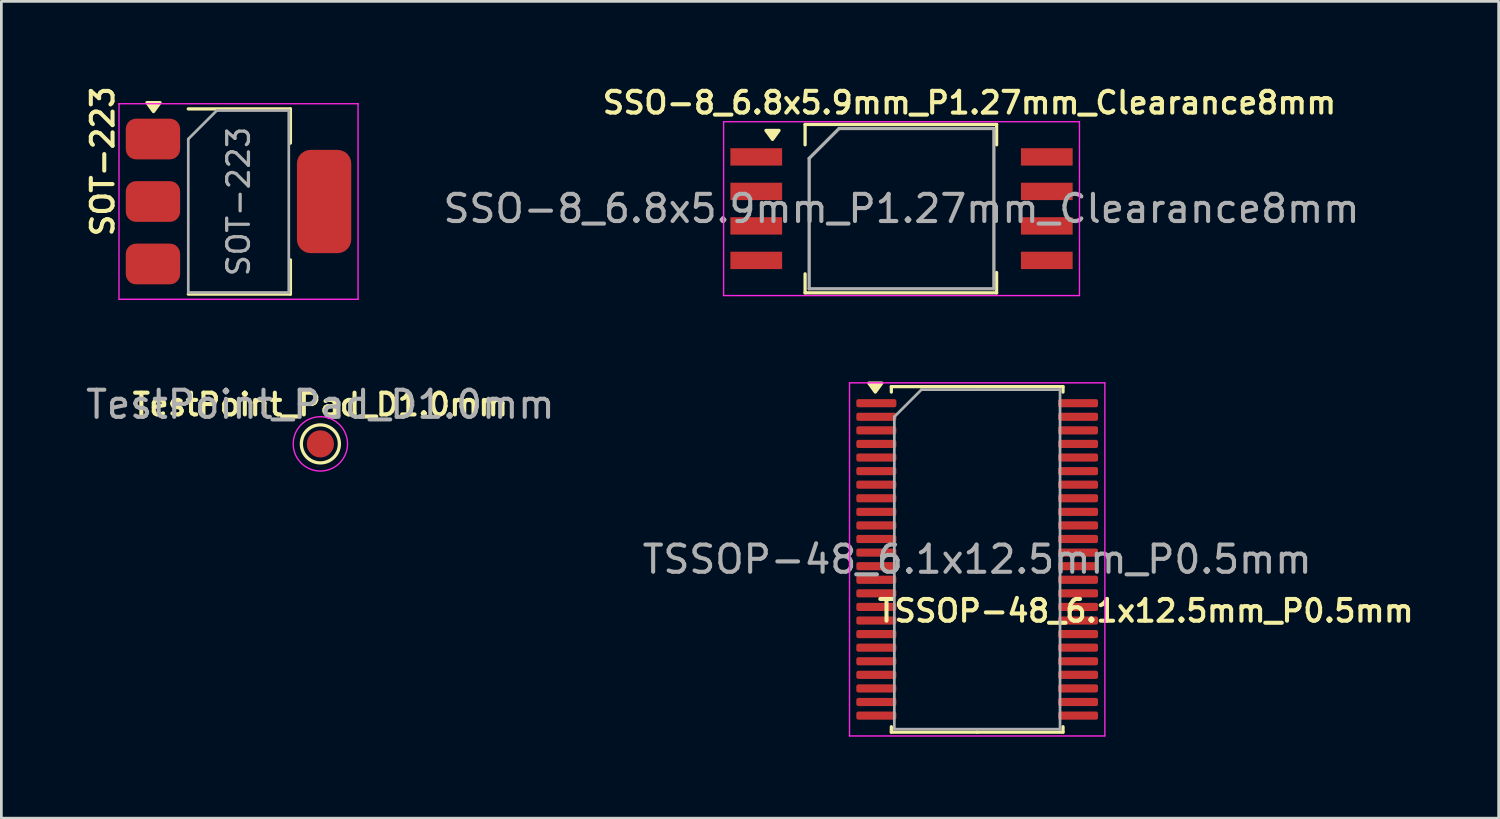
<source format=kicad_pcb>
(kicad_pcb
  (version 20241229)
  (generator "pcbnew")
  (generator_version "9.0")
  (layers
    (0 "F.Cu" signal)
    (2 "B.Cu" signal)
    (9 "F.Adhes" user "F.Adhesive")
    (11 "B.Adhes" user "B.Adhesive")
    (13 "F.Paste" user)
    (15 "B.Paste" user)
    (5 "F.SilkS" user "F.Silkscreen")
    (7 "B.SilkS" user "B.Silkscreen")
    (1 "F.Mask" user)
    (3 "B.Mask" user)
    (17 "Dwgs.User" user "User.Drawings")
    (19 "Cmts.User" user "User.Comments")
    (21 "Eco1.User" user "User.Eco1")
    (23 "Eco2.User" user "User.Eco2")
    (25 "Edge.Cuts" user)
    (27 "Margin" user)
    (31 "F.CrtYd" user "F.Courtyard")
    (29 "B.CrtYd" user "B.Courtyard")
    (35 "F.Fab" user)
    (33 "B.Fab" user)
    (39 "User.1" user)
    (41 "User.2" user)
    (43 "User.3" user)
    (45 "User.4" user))
  (footprint "TestPoint_Pad_D1.0mm"
    (layer "F.Cu")
    (at 8.744 13.291)
    (property "Reference" "TestPoint_Pad_D1.0mm" (at 0 -1.448 0) (layer "F.SilkS") (effects (font (size 0.8 0.8) (thickness 0.15))))
    (attr exclude_from_pos_files)
    (fp_circle (center 0 0) (end 0 0.7) (stroke (width 0.12) (type solid)) (fill no) (layer "F.SilkS"))
    (fp_circle (center 0 0) (end 1 0) (stroke (width 0.05) (type solid)) (fill no) (layer "F.CrtYd"))
    (fp_text user "${REFERENCE}" (at 0 -1.45 0) (layer "F.Fab") (effects (font (size 1 1) (thickness 0.15))))
    (pad "1" smd circle (at 0 0) (size 1 1) (layers "F.Cu" "F.Mask")))
  (footprint "SOT-223"
    (layer "F.Cu")
    (at 5.731 4.368)
    (property "Reference" "SOT-223" (at -5 -1.48 90) (layer "F.SilkS") (effects (font (size 0.8 0.8) (thickness 0.15))))
    (attr smd)
    (fp_line (start -1.85 -3.41) (end 1.91 -3.41) (stroke (width 0.12) (type solid)) (layer "F.SilkS"))
    (fp_line (start -1.85 3.41) (end 1.91 3.41) (stroke (width 0.12) (type solid)) (layer "F.SilkS"))
    (fp_line (start 1.91 -3.41) (end 1.91 -2.15) (stroke (width 0.12) (type solid)) (layer "F.SilkS"))
    (fp_line (start 1.91 3.41) (end 1.91 2.15) (stroke (width 0.12) (type solid)) (layer "F.SilkS"))
    (fp_poly (pts (xy -3.13 -3.31) (xy -3.37 -3.64) (xy -2.89 -3.64) (xy -3.13 -3.31)) (stroke (width 0.12) (type solid)) (fill yes) (layer "F.SilkS"))
    (fp_line (start -4.4 -3.6) (end -4.4 3.6) (stroke (width 0.05) (type solid)) (layer "F.CrtYd"))
    (fp_line (start -4.4 3.6) (end 4.4 3.6) (stroke (width 0.05) (type solid)) (layer "F.CrtYd"))
    (fp_line (start 4.4 -3.6) (end -4.4 -3.6) (stroke (width 0.05) (type solid)) (layer "F.CrtYd"))
    (fp_line (start 4.4 3.6) (end 4.4 -3.6) (stroke (width 0.05) (type solid)) (layer "F.CrtYd"))
    (fp_line (start -1.85 -2.3) (end -1.85 3.35) (stroke (width 0.1) (type solid)) (layer "F.Fab"))
    (fp_line (start -1.85 -2.3) (end -0.8 -3.35) (stroke (width 0.1) (type solid)) (layer "F.Fab"))
    (fp_line (start -1.85 3.35) (end 1.85 3.35) (stroke (width 0.1) (type solid)) (layer "F.Fab"))
    (fp_line (start -0.8 -3.35) (end 1.85 -3.35) (stroke (width 0.1) (type solid)) (layer "F.Fab"))
    (fp_line (start 1.85 -3.35) (end 1.85 3.35) (stroke (width 0.1) (type solid)) (layer "F.Fab"))
    (fp_text user "${REFERENCE}" (at 0 0 90) (layer "F.Fab") (effects (font (size 0.8 0.8) (thickness 0.12))))
    (pad "1" smd roundrect (at -3.15 -2.3) (size 2 1.5) (layers "F.Cu" "F.Mask" "F.Paste") (roundrect_rratio 0.25))
    (pad "2" smd roundrect (at -3.15 0) (size 2 1.5) (layers "F.Cu" "F.Mask" "F.Paste") (roundrect_rratio 0.25))
    (pad "3" smd roundrect (at -3.15 2.3) (size 2 1.5) (layers "F.Cu" "F.Mask" "F.Paste") (roundrect_rratio 0.25))
    (pad "4" smd roundrect (at 3.15 0) (size 2 3.8) (layers "F.Cu" "F.Mask" "F.Paste") (roundrect_rratio 0.25)))
  (footprint "TSSOP-48_6.1x12.5mm_P0.5mm"
    (layer "F.Cu")
    (at 32.923 17.543)
    (property "Reference" "TSSOP-48_6.1x12.5mm_P0.5mm" (at 6.205 1.894 0) (layer "F.SilkS") (effects (font (size 0.8 0.8) (thickness 0.15))))
    (attr smd)
    (fp_line (start -3.16 -6.36) (end -3.16 -6.16) (stroke (width 0.12) (type solid)) (layer "F.SilkS"))
    (fp_line (start -3.16 6.36) (end -3.16 6.16) (stroke (width 0.12) (type solid)) (layer "F.SilkS"))
    (fp_line (start 0 -6.36) (end -3.16 -6.36) (stroke (width 0.12) (type solid)) (layer "F.SilkS"))
    (fp_line (start 0 -6.36) (end 3.16 -6.36) (stroke (width 0.12) (type solid)) (layer "F.SilkS"))
    (fp_line (start 0 6.36) (end -3.16 6.36) (stroke (width 0.12) (type solid)) (layer "F.SilkS"))
    (fp_line (start 0 6.36) (end 3.16 6.36) (stroke (width 0.12) (type solid)) (layer "F.SilkS"))
    (fp_line (start 3.16 -6.36) (end 3.16 -6.16) (stroke (width 0.12) (type solid)) (layer "F.SilkS"))
    (fp_line (start 3.16 6.36) (end 3.16 6.16) (stroke (width 0.12) (type solid)) (layer "F.SilkS"))
    (fp_poly (pts (xy -3.75 -6.16) (xy -3.99 -6.49) (xy -3.51 -6.49) (xy -3.75 -6.16)) (stroke (width 0.12) (type solid)) (fill yes) (layer "F.SilkS"))
    (fp_line (start -4.7 -6.5) (end -4.7 6.5) (stroke (width 0.05) (type solid)) (layer "F.CrtYd"))
    (fp_line (start -4.7 6.5) (end 4.7 6.5) (stroke (width 0.05) (type solid)) (layer "F.CrtYd"))
    (fp_line (start 4.7 -6.5) (end -4.7 -6.5) (stroke (width 0.05) (type solid)) (layer "F.CrtYd"))
    (fp_line (start 4.7 6.5) (end 4.7 -6.5) (stroke (width 0.05) (type solid)) (layer "F.CrtYd"))
    (fp_line (start -3.05 -5.25) (end -2.05 -6.25) (stroke (width 0.1) (type solid)) (layer "F.Fab"))
    (fp_line (start -3.05 6.25) (end -3.05 -5.25) (stroke (width 0.1) (type solid)) (layer "F.Fab"))
    (fp_line (start -2.05 -6.25) (end 3.05 -6.25) (stroke (width 0.1) (type solid)) (layer "F.Fab"))
    (fp_line (start 3.05 -6.25) (end 3.05 6.25) (stroke (width 0.1) (type solid)) (layer "F.Fab"))
    (fp_line (start 3.05 6.25) (end -3.05 6.25) (stroke (width 0.1) (type solid)) (layer "F.Fab"))
    (fp_text user "${REFERENCE}" (at 0 0 0) (layer "F.Fab") (effects (font (size 1 1) (thickness 0.15))))
    (pad "1" smd roundrect (at -3.712 -5.75) (size 1.475 0.3) (layers "F.Cu" "F.Mask" "F.Paste") (roundrect_rratio 0.25))
    (pad "2" smd roundrect (at -3.712 -5.25) (size 1.475 0.3) (layers "F.Cu" "F.Mask" "F.Paste") (roundrect_rratio 0.25))
    (pad "3" smd roundrect (at -3.712 -4.75) (size 1.475 0.3) (layers "F.Cu" "F.Mask" "F.Paste") (roundrect_rratio 0.25))
    (pad "4" smd roundrect (at -3.712 -4.25) (size 1.475 0.3) (layers "F.Cu" "F.Mask" "F.Paste") (roundrect_rratio 0.25))
    (pad "5" smd roundrect (at -3.712 -3.75) (size 1.475 0.3) (layers "F.Cu" "F.Mask" "F.Paste") (roundrect_rratio 0.25))
    (pad "6" smd roundrect (at -3.712 -3.25) (size 1.475 0.3) (layers "F.Cu" "F.Mask" "F.Paste") (roundrect_rratio 0.25))
    (pad "7" smd roundrect (at -3.712 -2.75) (size 1.475 0.3) (layers "F.Cu" "F.Mask" "F.Paste") (roundrect_rratio 0.25))
    (pad "8" smd roundrect (at -3.712 -2.25) (size 1.475 0.3) (layers "F.Cu" "F.Mask" "F.Paste") (roundrect_rratio 0.25))
    (pad "9" smd roundrect (at -3.712 -1.75) (size 1.475 0.3) (layers "F.Cu" "F.Mask" "F.Paste") (roundrect_rratio 0.25))
    (pad "10" smd roundrect (at -3.712 -1.25) (size 1.475 0.3) (layers "F.Cu" "F.Mask" "F.Paste") (roundrect_rratio 0.25))
    (pad "11" smd roundrect (at -3.712 -0.75) (size 1.475 0.3) (layers "F.Cu" "F.Mask" "F.Paste") (roundrect_rratio 0.25))
    (pad "12" smd roundrect (at -3.712 -0.25) (size 1.475 0.3) (layers "F.Cu" "F.Mask" "F.Paste") (roundrect_rratio 0.25))
    (pad "13" smd roundrect (at -3.712 0.25) (size 1.475 0.3) (layers "F.Cu" "F.Mask" "F.Paste") (roundrect_rratio 0.25))
    (pad "14" smd roundrect (at -3.712 0.75) (size 1.475 0.3) (layers "F.Cu" "F.Mask" "F.Paste") (roundrect_rratio 0.25))
    (pad "15" smd roundrect (at -3.712 1.25) (size 1.475 0.3) (layers "F.Cu" "F.Mask" "F.Paste") (roundrect_rratio 0.25))
    (pad "16" smd roundrect (at -3.712 1.75) (size 1.475 0.3) (layers "F.Cu" "F.Mask" "F.Paste") (roundrect_rratio 0.25))
    (pad "17" smd roundrect (at -3.712 2.25) (size 1.475 0.3) (layers "F.Cu" "F.Mask" "F.Paste") (roundrect_rratio 0.25))
    (pad "18" smd roundrect (at -3.712 2.75) (size 1.475 0.3) (layers "F.Cu" "F.Mask" "F.Paste") (roundrect_rratio 0.25))
    (pad "19" smd roundrect (at -3.712 3.25) (size 1.475 0.3) (layers "F.Cu" "F.Mask" "F.Paste") (roundrect_rratio 0.25))
    (pad "20" smd roundrect (at -3.712 3.75) (size 1.475 0.3) (layers "F.Cu" "F.Mask" "F.Paste") (roundrect_rratio 0.25))
    (pad "21" smd roundrect (at -3.712 4.25) (size 1.475 0.3) (layers "F.Cu" "F.Mask" "F.Paste") (roundrect_rratio 0.25))
    (pad "22" smd roundrect (at -3.712 4.75) (size 1.475 0.3) (layers "F.Cu" "F.Mask" "F.Paste") (roundrect_rratio 0.25))
    (pad "23" smd roundrect (at -3.712 5.25) (size 1.475 0.3) (layers "F.Cu" "F.Mask" "F.Paste") (roundrect_rratio 0.25))
    (pad "24" smd roundrect (at -3.712 5.75) (size 1.475 0.3) (layers "F.Cu" "F.Mask" "F.Paste") (roundrect_rratio 0.25))
    (pad "25" smd roundrect (at 3.712 5.75) (size 1.475 0.3) (layers "F.Cu" "F.Mask" "F.Paste") (roundrect_rratio 0.25))
    (pad "26" smd roundrect (at 3.712 5.25) (size 1.475 0.3) (layers "F.Cu" "F.Mask" "F.Paste") (roundrect_rratio 0.25))
    (pad "27" smd roundrect (at 3.712 4.75) (size 1.475 0.3) (layers "F.Cu" "F.Mask" "F.Paste") (roundrect_rratio 0.25))
    (pad "28" smd roundrect (at 3.712 4.25) (size 1.475 0.3) (layers "F.Cu" "F.Mask" "F.Paste") (roundrect_rratio 0.25))
    (pad "29" smd roundrect (at 3.712 3.75) (size 1.475 0.3) (layers "F.Cu" "F.Mask" "F.Paste") (roundrect_rratio 0.25))
    (pad "30" smd roundrect (at 3.712 3.25) (size 1.475 0.3) (layers "F.Cu" "F.Mask" "F.Paste") (roundrect_rratio 0.25))
    (pad "31" smd roundrect (at 3.712 2.75) (size 1.475 0.3) (layers "F.Cu" "F.Mask" "F.Paste") (roundrect_rratio 0.25))
    (pad "32" smd roundrect (at 3.712 2.25) (size 1.475 0.3) (layers "F.Cu" "F.Mask" "F.Paste") (roundrect_rratio 0.25))
    (pad "33" smd roundrect (at 3.712 1.75) (size 1.475 0.3) (layers "F.Cu" "F.Mask" "F.Paste") (roundrect_rratio 0.25))
    (pad "34" smd roundrect (at 3.712 1.25) (size 1.475 0.3) (layers "F.Cu" "F.Mask" "F.Paste") (roundrect_rratio 0.25))
    (pad "35" smd roundrect (at 3.712 0.75) (size 1.475 0.3) (layers "F.Cu" "F.Mask" "F.Paste") (roundrect_rratio 0.25))
    (pad "36" smd roundrect (at 3.712 0.25) (size 1.475 0.3) (layers "F.Cu" "F.Mask" "F.Paste") (roundrect_rratio 0.25))
    (pad "37" smd roundrect (at 3.712 -0.25) (size 1.475 0.3) (layers "F.Cu" "F.Mask" "F.Paste") (roundrect_rratio 0.25))
    (pad "38" smd roundrect (at 3.712 -0.75) (size 1.475 0.3) (layers "F.Cu" "F.Mask" "F.Paste") (roundrect_rratio 0.25))
    (pad "39" smd roundrect (at 3.712 -1.25) (size 1.475 0.3) (layers "F.Cu" "F.Mask" "F.Paste") (roundrect_rratio 0.25))
    (pad "40" smd roundrect (at 3.712 -1.75) (size 1.475 0.3) (layers "F.Cu" "F.Mask" "F.Paste") (roundrect_rratio 0.25))
    (pad "41" smd roundrect (at 3.712 -2.25) (size 1.475 0.3) (layers "F.Cu" "F.Mask" "F.Paste") (roundrect_rratio 0.25))
    (pad "42" smd roundrect (at 3.712 -2.75) (size 1.475 0.3) (layers "F.Cu" "F.Mask" "F.Paste") (roundrect_rratio 0.25))
    (pad "43" smd roundrect (at 3.712 -3.25) (size 1.475 0.3) (layers "F.Cu" "F.Mask" "F.Paste") (roundrect_rratio 0.25))
    (pad "44" smd roundrect (at 3.712 -3.75) (size 1.475 0.3) (layers "F.Cu" "F.Mask" "F.Paste") (roundrect_rratio 0.25))
    (pad "45" smd roundrect (at 3.712 -4.25) (size 1.475 0.3) (layers "F.Cu" "F.Mask" "F.Paste") (roundrect_rratio 0.25))
    (pad "46" smd roundrect (at 3.712 -4.75) (size 1.475 0.3) (layers "F.Cu" "F.Mask" "F.Paste") (roundrect_rratio 0.25))
    (pad "47" smd roundrect (at 3.712 -5.25) (size 1.475 0.3) (layers "F.Cu" "F.Mask" "F.Paste") (roundrect_rratio 0.25))
    (pad "48" smd roundrect (at 3.712 -5.75) (size 1.475 0.3) (layers "F.Cu" "F.Mask" "F.Paste") (roundrect_rratio 0.25)))
  (footprint "SSO-8_6.8x5.9mm_P1.27mm_Clearance8mm"
    (layer "F.Cu")
    (at 30.138 4.631)
    (property "Reference" "SSO-8_6.8x5.9mm_P1.27mm_Clearance8mm" (at 2.5 -3.9 0) (layer "F.SilkS") (effects (font (size 0.8 0.8) (thickness 0.15))))
    (attr smd)
    (fp_line (start -3.55 -2.35) (end -3.55 -3.1) (stroke (width 0.12) (type solid)) (layer "F.SilkS"))
    (fp_line (start -3.55 2.4) (end -3.55 3.1) (stroke (width 0.12) (type solid)) (layer "F.SilkS"))
    (fp_line (start -3.55 3.1) (end 3.5 3.1) (stroke (width 0.12) (type solid)) (layer "F.SilkS"))
    (fp_line (start 3.5 -3.1) (end -3.55 -3.1) (stroke (width 0.12) (type solid)) (layer "F.SilkS"))
    (fp_line (start 3.5 -2.35) (end 3.5 -3.1) (stroke (width 0.12) (type solid)) (layer "F.SilkS"))
    (fp_line (start 3.5 3.1) (end 3.5 2.35) (stroke (width 0.12) (type solid)) (layer "F.SilkS"))
    (fp_poly (pts (xy -4.75 -2.55) (xy -4.99 -2.88) (xy -4.51 -2.88) (xy -4.75 -2.55)) (stroke (width 0.12) (type solid)) (fill yes) (layer "F.SilkS"))
    (fp_line (start -6.55 -3.2) (end -6.55 3.2) (stroke (width 0.05) (type solid)) (layer "F.CrtYd"))
    (fp_line (start -6.55 -3.2) (end 6.55 -3.2) (stroke (width 0.05) (type solid)) (layer "F.CrtYd"))
    (fp_line (start 6.55 3.2) (end -6.55 3.2) (stroke (width 0.05) (type solid)) (layer "F.CrtYd"))
    (fp_line (start 6.55 3.2) (end 6.55 -3.2) (stroke (width 0.05) (type solid)) (layer "F.CrtYd"))
    (fp_line (start -3.4 -1.85) (end -3.4 2.95) (stroke (width 0.12) (type solid)) (layer "F.Fab"))
    (fp_line (start -3.4 2.95) (end 3.4 2.95) (stroke (width 0.12) (type solid)) (layer "F.Fab"))
    (fp_line (start -2.3 -2.95) (end -3.4 -1.85) (stroke (width 0.12) (type solid)) (layer "F.Fab"))
    (fp_line (start 3.4 -2.95) (end -2.3 -2.95) (stroke (width 0.12) (type solid)) (layer "F.Fab"))
    (fp_line (start 3.4 2.95) (end 3.4 -2.95) (stroke (width 0.12) (type solid)) (layer "F.Fab"))
    (fp_text user "${REFERENCE}" (at 0 0 0) (layer "F.Fab") (effects (font (size 1 1) (thickness 0.15))))
    (pad "1" smd rect (at -5.348 -1.905) (size 1.905 0.64) (layers "F.Cu" "F.Mask" "F.Paste"))
    (pad "2" smd rect (at -5.348 -0.635) (size 1.905 0.64) (layers "F.Cu" "F.Mask" "F.Paste"))
    (pad "3" smd rect (at -5.348 0.635) (size 1.905 0.64) (layers "F.Cu" "F.Mask" "F.Paste"))
    (pad "4" smd rect (at -5.348 1.905) (size 1.905 0.64) (layers "F.Cu" "F.Mask" "F.Paste"))
    (pad "5" smd rect (at 5.348 1.905) (size 1.905 0.64) (layers "F.Cu" "F.Mask" "F.Paste"))
    (pad "6" smd rect (at 5.348 0.635) (size 1.905 0.64) (layers "F.Cu" "F.Mask" "F.Paste"))
    (pad "7" smd rect (at 5.348 -0.635) (size 1.905 0.64) (layers "F.Cu" "F.Mask" "F.Paste"))
    (pad "8" smd rect (at 5.348 -1.905) (size 1.905 0.64) (layers "F.Cu" "F.Mask" "F.Paste")))
  (gr_rect
    (start -3 -3)
    (end 52.12 27.068)
    (stroke (width 0.1) (type default))
    (fill no)
    (layer "Edge.Cuts")))
</source>
